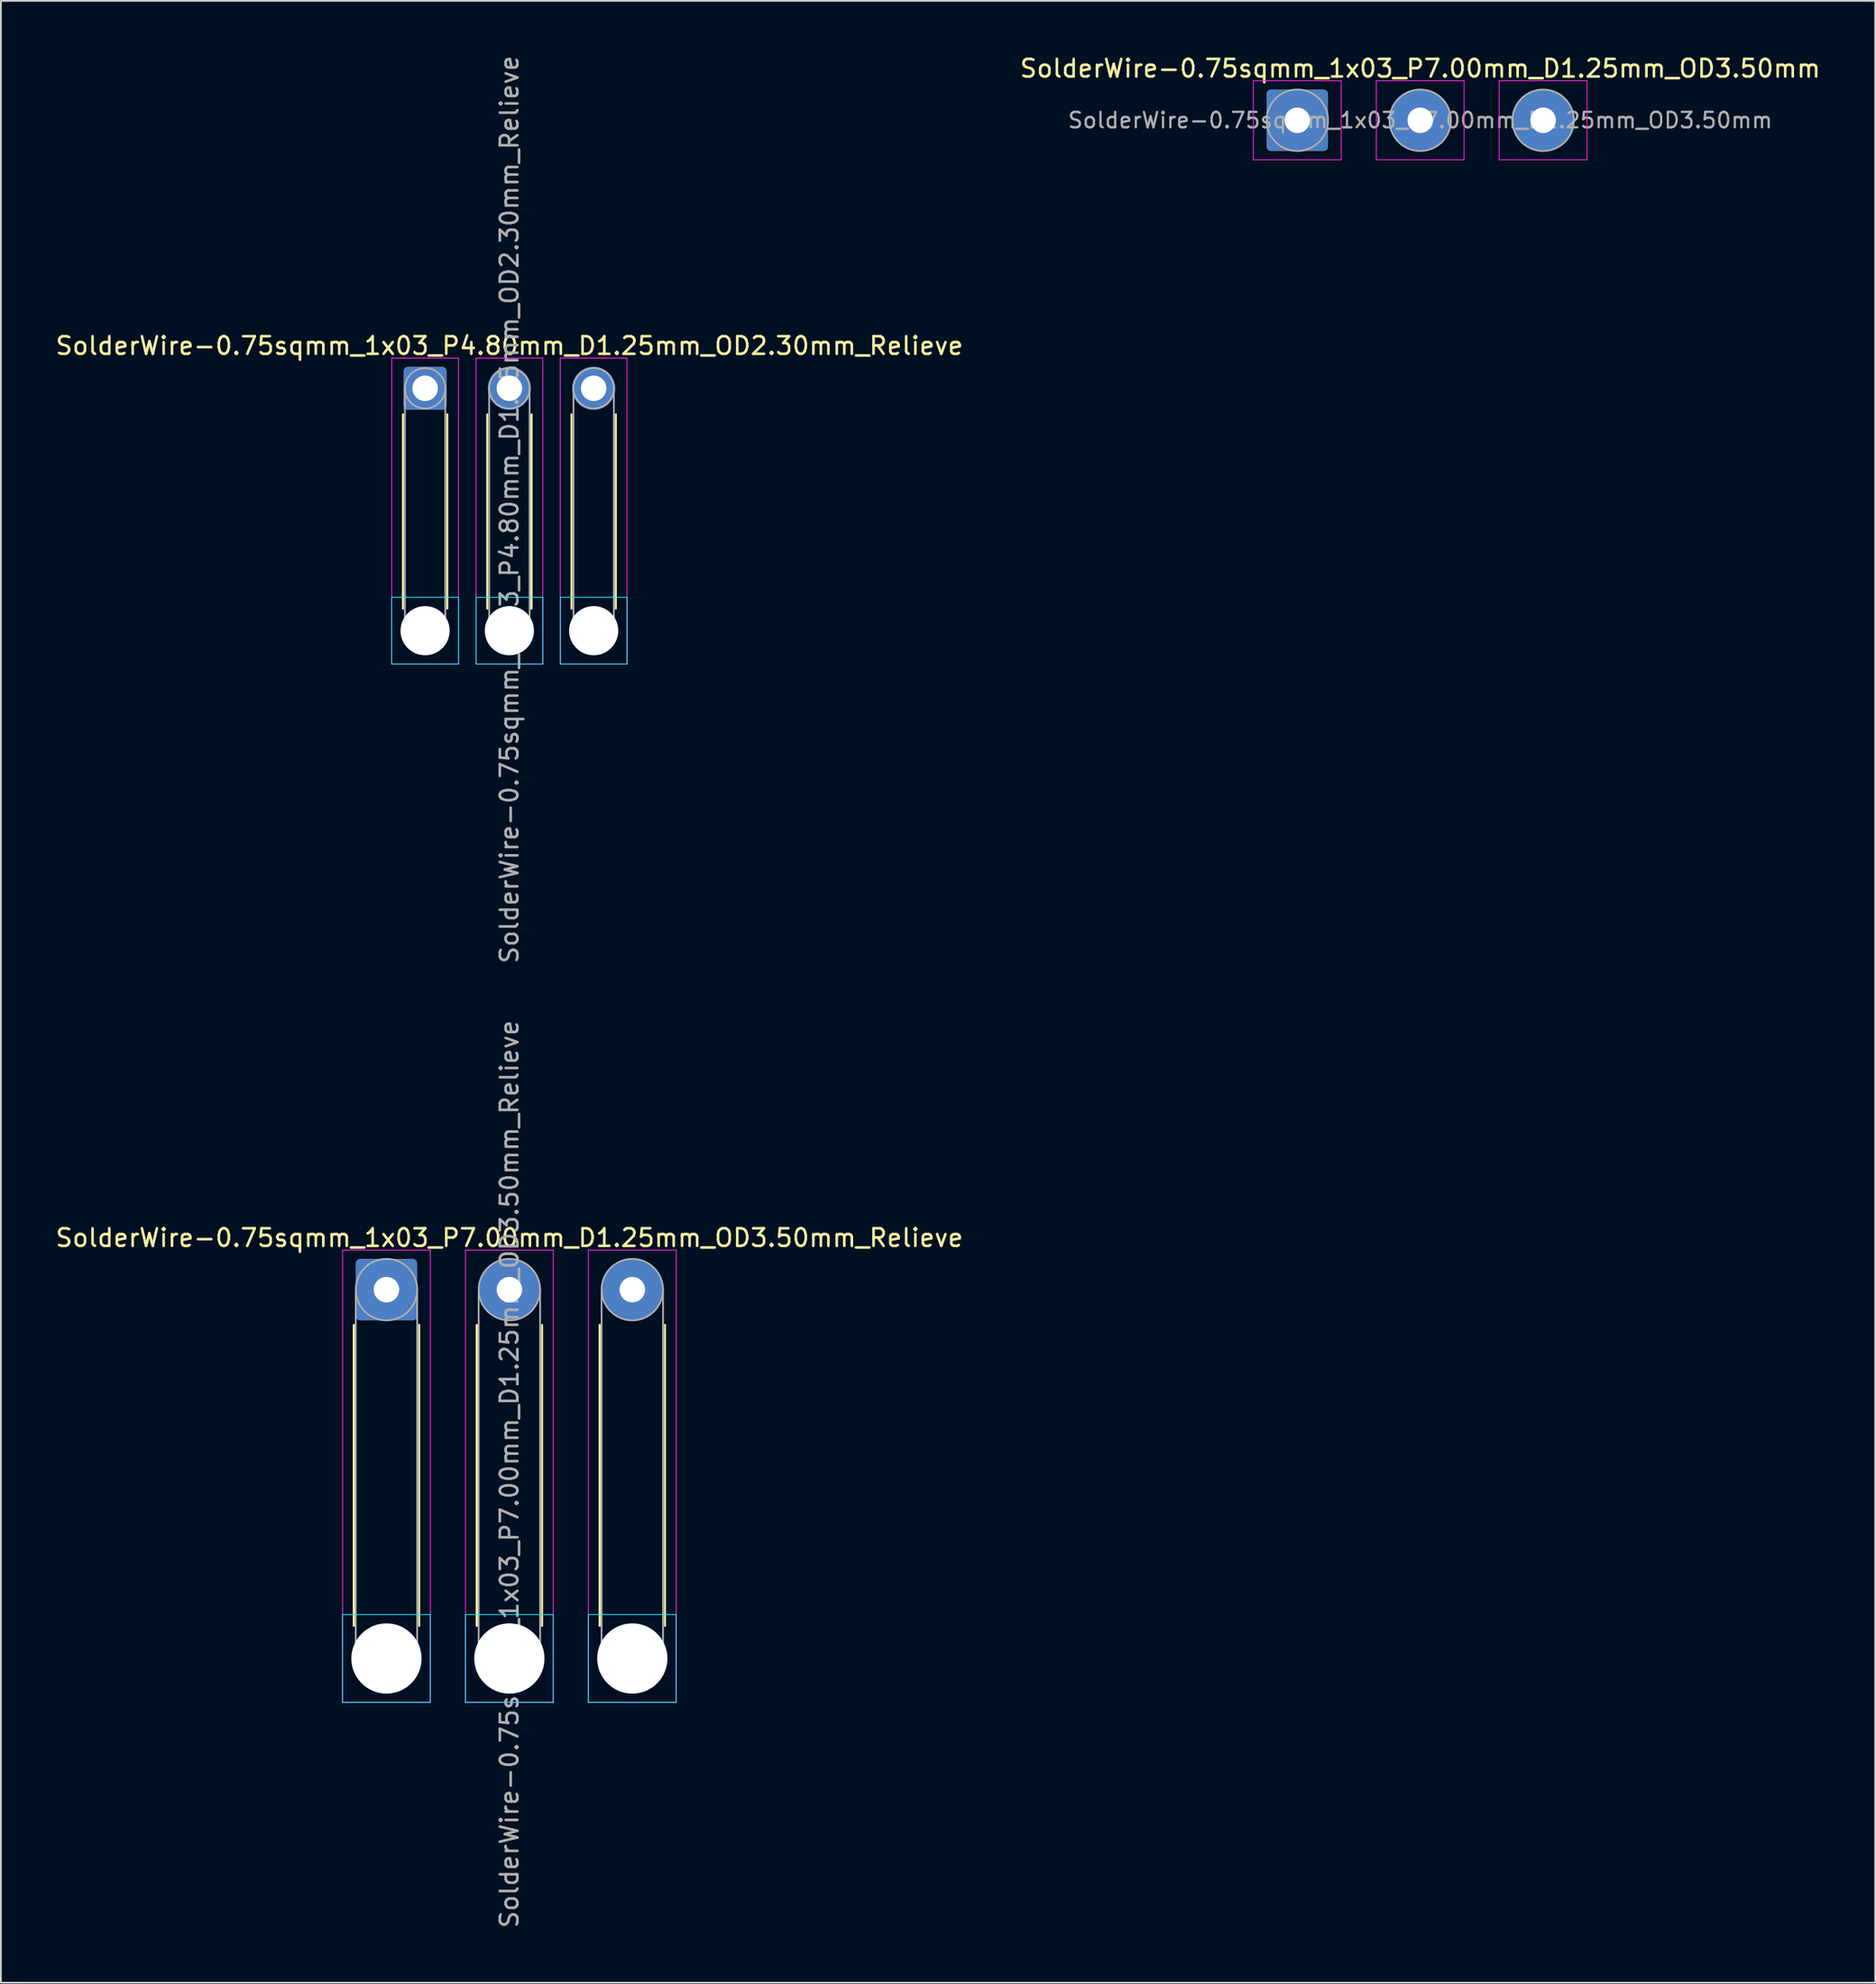
<source format=kicad_pcb>
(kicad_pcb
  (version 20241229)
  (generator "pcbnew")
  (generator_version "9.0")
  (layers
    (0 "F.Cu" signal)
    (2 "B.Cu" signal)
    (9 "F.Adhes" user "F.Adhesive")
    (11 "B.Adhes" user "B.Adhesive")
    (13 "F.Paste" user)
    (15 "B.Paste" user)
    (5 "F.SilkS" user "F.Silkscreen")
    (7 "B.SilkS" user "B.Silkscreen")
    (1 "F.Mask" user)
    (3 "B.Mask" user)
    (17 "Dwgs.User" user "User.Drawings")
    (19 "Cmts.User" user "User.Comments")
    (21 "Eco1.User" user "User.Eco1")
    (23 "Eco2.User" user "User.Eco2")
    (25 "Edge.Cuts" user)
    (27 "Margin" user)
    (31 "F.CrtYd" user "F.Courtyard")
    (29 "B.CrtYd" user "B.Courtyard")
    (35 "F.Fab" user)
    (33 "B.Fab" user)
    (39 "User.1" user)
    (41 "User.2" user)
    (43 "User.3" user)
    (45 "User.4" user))
  (footprint "SolderWire-0.75sqmm_1x03_P7.00mm_D1.25mm_OD3.50mm_Relieve"
    (layer "F.Cu")
    (at 18.958 70.375)
    (property "Reference" "SolderWire-0.75sqmm_1x03_P7.00mm_D1.25mm_OD3.50mm_Relieve" (at 7 -2.95 0) (layer "F.SilkS") (effects (font (size 1 1) (thickness 0.15))))
    (attr exclude_from_pos_files exclude_from_bom)
    (fp_line (start -1.86 2.01) (end -1.86 19.14) (stroke (width 0.12) (type solid)) (layer "F.SilkS"))
    (fp_line (start 1.86 2.01) (end 1.86 19.14) (stroke (width 0.12) (type solid)) (layer "F.SilkS"))
    (fp_line (start 5.14 2.01) (end 5.14 19.14) (stroke (width 0.12) (type solid)) (layer "F.SilkS"))
    (fp_line (start 8.86 2.01) (end 8.86 19.14) (stroke (width 0.12) (type solid)) (layer "F.SilkS"))
    (fp_line (start 12.14 2.01) (end 12.14 19.14) (stroke (width 0.12) (type solid)) (layer "F.SilkS"))
    (fp_line (start 15.86 2.01) (end 15.86 19.14) (stroke (width 0.12) (type solid)) (layer "F.SilkS"))
    (fp_line (start -2.5 18.5) (end -2.5 23.5) (stroke (width 0.05) (type solid)) (layer "B.CrtYd"))
    (fp_line (start -2.5 23.5) (end 2.5 23.5) (stroke (width 0.05) (type solid)) (layer "B.CrtYd"))
    (fp_line (start 2.5 18.5) (end -2.5 18.5) (stroke (width 0.05) (type solid)) (layer "B.CrtYd"))
    (fp_line (start 2.5 23.5) (end 2.5 18.5) (stroke (width 0.05) (type solid)) (layer "B.CrtYd"))
    (fp_line (start 4.5 18.5) (end 4.5 23.5) (stroke (width 0.05) (type solid)) (layer "B.CrtYd"))
    (fp_line (start 4.5 23.5) (end 9.5 23.5) (stroke (width 0.05) (type solid)) (layer "B.CrtYd"))
    (fp_line (start 9.5 18.5) (end 4.5 18.5) (stroke (width 0.05) (type solid)) (layer "B.CrtYd"))
    (fp_line (start 9.5 23.5) (end 9.5 18.5) (stroke (width 0.05) (type solid)) (layer "B.CrtYd"))
    (fp_line (start 11.5 18.5) (end 11.5 23.5) (stroke (width 0.05) (type solid)) (layer "B.CrtYd"))
    (fp_line (start 11.5 23.5) (end 16.5 23.5) (stroke (width 0.05) (type solid)) (layer "B.CrtYd"))
    (fp_line (start 16.5 18.5) (end 11.5 18.5) (stroke (width 0.05) (type solid)) (layer "B.CrtYd"))
    (fp_line (start 16.5 23.5) (end 16.5 18.5) (stroke (width 0.05) (type solid)) (layer "B.CrtYd"))
    (fp_line (start -2.5 -2.25) (end -2.5 23.5) (stroke (width 0.05) (type solid)) (layer "F.CrtYd"))
    (fp_line (start -2.5 23.5) (end 2.5 23.5) (stroke (width 0.05) (type solid)) (layer "F.CrtYd"))
    (fp_line (start 2.5 -2.25) (end -2.5 -2.25) (stroke (width 0.05) (type solid)) (layer "F.CrtYd"))
    (fp_line (start 2.5 23.5) (end 2.5 -2.25) (stroke (width 0.05) (type solid)) (layer "F.CrtYd"))
    (fp_line (start 4.5 -2.25) (end 4.5 23.5) (stroke (width 0.05) (type solid)) (layer "F.CrtYd"))
    (fp_line (start 4.5 23.5) (end 9.5 23.5) (stroke (width 0.05) (type solid)) (layer "F.CrtYd"))
    (fp_line (start 9.5 -2.25) (end 4.5 -2.25) (stroke (width 0.05) (type solid)) (layer "F.CrtYd"))
    (fp_line (start 9.5 23.5) (end 9.5 -2.25) (stroke (width 0.05) (type solid)) (layer "F.CrtYd"))
    (fp_line (start 11.5 -2.25) (end 11.5 23.5) (stroke (width 0.05) (type solid)) (layer "F.CrtYd"))
    (fp_line (start 11.5 23.5) (end 16.5 23.5) (stroke (width 0.05) (type solid)) (layer "F.CrtYd"))
    (fp_line (start 16.5 -2.25) (end 11.5 -2.25) (stroke (width 0.05) (type solid)) (layer "F.CrtYd"))
    (fp_line (start 16.5 23.5) (end 16.5 -2.25) (stroke (width 0.05) (type solid)) (layer "F.CrtYd"))
    (fp_line (start -1.75 0) (end -1.75 21) (stroke (width 0.1) (type solid)) (layer "F.Fab"))
    (fp_line (start 1.75 0) (end 1.75 21) (stroke (width 0.1) (type solid)) (layer "F.Fab"))
    (fp_line (start 5.25 0) (end 5.25 21) (stroke (width 0.1) (type solid)) (layer "F.Fab"))
    (fp_line (start 8.75 0) (end 8.75 21) (stroke (width 0.1) (type solid)) (layer "F.Fab"))
    (fp_line (start 12.25 0) (end 12.25 21) (stroke (width 0.1) (type solid)) (layer "F.Fab"))
    (fp_line (start 15.75 0) (end 15.75 21) (stroke (width 0.1) (type solid)) (layer "F.Fab"))
    (fp_circle (center 0 0) (end 1.75 0) (stroke (width 0.1) (type solid)) (fill no) (layer "F.Fab"))
    (fp_circle (center 0 21) (end 1.75 21) (stroke (width 0.1) (type solid)) (fill no) (layer "F.Fab"))
    (fp_circle (center 7 0) (end 8.75 0) (stroke (width 0.1) (type solid)) (fill no) (layer "F.Fab"))
    (fp_circle (center 7 21) (end 8.75 21) (stroke (width 0.1) (type solid)) (fill no) (layer "F.Fab"))
    (fp_circle (center 14 0) (end 15.75 0) (stroke (width 0.1) (type solid)) (fill no) (layer "F.Fab"))
    (fp_circle (center 14 21) (end 15.75 21) (stroke (width 0.1) (type solid)) (fill no) (layer "F.Fab"))
    (fp_text user "${REFERENCE}" (at 7 10.5 90) (layer "F.Fab") (effects (font (size 1 1) (thickness 0.15))))
    (pad "" np_thru_hole circle (at 0 21) (size 4 4) (drill 4) (layers "*.Cu" "*.Mask"))
    (pad "" np_thru_hole circle (at 7 21) (size 4 4) (drill 4) (layers "*.Cu" "*.Mask"))
    (pad "" np_thru_hole circle (at 14 21) (size 4 4) (drill 4) (layers "*.Cu" "*.Mask"))
    (pad "1" thru_hole roundrect (at 0 0) (size 3.5 3.5) (drill 1.45) (layers "*.Cu" "*.Mask") (roundrect_rratio 0.071))
    (pad "2" thru_hole circle (at 7 0) (size 3.5 3.5) (drill 1.45) (layers "*.Cu" "*.Mask"))
    (pad "3" thru_hole circle (at 14 0) (size 3.5 3.5) (drill 1.45) (layers "*.Cu" "*.Mask")))
  (footprint "SolderWire-0.75sqmm_1x03_P7.00mm_D1.25mm_OD3.50mm"
    (layer "F.Cu")
    (at 70.827 3.798)
    (property "Reference" "SolderWire-0.75sqmm_1x03_P7.00mm_D1.25mm_OD3.50mm" (at 7 -2.95 0) (layer "F.SilkS") (effects (font (size 1 1) (thickness 0.15))))
    (attr exclude_from_pos_files exclude_from_bom)
    (fp_line (start -2.5 -2.25) (end -2.5 2.25) (stroke (width 0.05) (type solid)) (layer "F.CrtYd"))
    (fp_line (start -2.5 2.25) (end 2.5 2.25) (stroke (width 0.05) (type solid)) (layer "F.CrtYd"))
    (fp_line (start 2.5 -2.25) (end -2.5 -2.25) (stroke (width 0.05) (type solid)) (layer "F.CrtYd"))
    (fp_line (start 2.5 2.25) (end 2.5 -2.25) (stroke (width 0.05) (type solid)) (layer "F.CrtYd"))
    (fp_line (start 4.5 -2.25) (end 4.5 2.25) (stroke (width 0.05) (type solid)) (layer "F.CrtYd"))
    (fp_line (start 4.5 2.25) (end 9.5 2.25) (stroke (width 0.05) (type solid)) (layer "F.CrtYd"))
    (fp_line (start 9.5 -2.25) (end 4.5 -2.25) (stroke (width 0.05) (type solid)) (layer "F.CrtYd"))
    (fp_line (start 9.5 2.25) (end 9.5 -2.25) (stroke (width 0.05) (type solid)) (layer "F.CrtYd"))
    (fp_line (start 11.5 -2.25) (end 11.5 2.25) (stroke (width 0.05) (type solid)) (layer "F.CrtYd"))
    (fp_line (start 11.5 2.25) (end 16.5 2.25) (stroke (width 0.05) (type solid)) (layer "F.CrtYd"))
    (fp_line (start 16.5 -2.25) (end 11.5 -2.25) (stroke (width 0.05) (type solid)) (layer "F.CrtYd"))
    (fp_line (start 16.5 2.25) (end 16.5 -2.25) (stroke (width 0.05) (type solid)) (layer "F.CrtYd"))
    (fp_circle (center 0 0) (end 1.75 0) (stroke (width 0.1) (type solid)) (fill no) (layer "F.Fab"))
    (fp_circle (center 7 0) (end 8.75 0) (stroke (width 0.1) (type solid)) (fill no) (layer "F.Fab"))
    (fp_circle (center 14 0) (end 15.75 0) (stroke (width 0.1) (type solid)) (fill no) (layer "F.Fab"))
    (fp_text user "${REFERENCE}" (at 7 0 0) (layer "F.Fab") (effects (font (size 0.88 0.88) (thickness 0.13))))
    (pad "1" thru_hole roundrect (at 0 0) (size 3.5 3.5) (drill 1.45) (layers "*.Cu" "*.Mask") (roundrect_rratio 0.071))
    (pad "2" thru_hole circle (at 7 0) (size 3.5 3.5) (drill 1.45) (layers "*.Cu" "*.Mask"))
    (pad "3" thru_hole circle (at 14 0) (size 3.5 3.5) (drill 1.45) (layers "*.Cu" "*.Mask")))
  (footprint "SolderWire-0.75sqmm_1x03_P4.80mm_D1.25mm_OD2.30mm_Relieve"
    (layer "F.Cu")
    (at 21.158 19.058)
    (property "Reference" "SolderWire-0.75sqmm_1x03_P4.80mm_D1.25mm_OD2.30mm_Relieve" (at 4.8 -2.42 0) (layer "F.SilkS") (effects (font (size 1 1) (thickness 0.15))))
    (attr exclude_from_pos_files exclude_from_bom)
    (fp_line (start -1.26 1.485) (end -1.26 12.54) (stroke (width 0.12) (type solid)) (layer "F.SilkS"))
    (fp_line (start 1.26 1.485) (end 1.26 12.54) (stroke (width 0.12) (type solid)) (layer "F.SilkS"))
    (fp_line (start 3.54 1.485) (end 3.54 12.54) (stroke (width 0.12) (type solid)) (layer "F.SilkS"))
    (fp_line (start 6.06 1.485) (end 6.06 12.54) (stroke (width 0.12) (type solid)) (layer "F.SilkS"))
    (fp_line (start 8.34 1.485) (end 8.34 12.54) (stroke (width 0.12) (type solid)) (layer "F.SilkS"))
    (fp_line (start 10.86 1.485) (end 10.86 12.54) (stroke (width 0.12) (type solid)) (layer "F.SilkS"))
    (fp_line (start -1.9 11.9) (end -1.9 15.7) (stroke (width 0.05) (type solid)) (layer "B.CrtYd"))
    (fp_line (start -1.9 15.7) (end 1.9 15.7) (stroke (width 0.05) (type solid)) (layer "B.CrtYd"))
    (fp_line (start 1.9 11.9) (end -1.9 11.9) (stroke (width 0.05) (type solid)) (layer "B.CrtYd"))
    (fp_line (start 1.9 15.7) (end 1.9 11.9) (stroke (width 0.05) (type solid)) (layer "B.CrtYd"))
    (fp_line (start 2.9 11.9) (end 2.9 15.7) (stroke (width 0.05) (type solid)) (layer "B.CrtYd"))
    (fp_line (start 2.9 15.7) (end 6.7 15.7) (stroke (width 0.05) (type solid)) (layer "B.CrtYd"))
    (fp_line (start 6.7 11.9) (end 2.9 11.9) (stroke (width 0.05) (type solid)) (layer "B.CrtYd"))
    (fp_line (start 6.7 15.7) (end 6.7 11.9) (stroke (width 0.05) (type solid)) (layer "B.CrtYd"))
    (fp_line (start 7.7 11.9) (end 7.7 15.7) (stroke (width 0.05) (type solid)) (layer "B.CrtYd"))
    (fp_line (start 7.7 15.7) (end 11.5 15.7) (stroke (width 0.05) (type solid)) (layer "B.CrtYd"))
    (fp_line (start 11.5 11.9) (end 7.7 11.9) (stroke (width 0.05) (type solid)) (layer "B.CrtYd"))
    (fp_line (start 11.5 15.7) (end 11.5 11.9) (stroke (width 0.05) (type solid)) (layer "B.CrtYd"))
    (fp_line (start -1.9 -1.72) (end -1.9 15.7) (stroke (width 0.05) (type solid)) (layer "F.CrtYd"))
    (fp_line (start -1.9 15.7) (end 1.9 15.7) (stroke (width 0.05) (type solid)) (layer "F.CrtYd"))
    (fp_line (start 1.9 -1.72) (end -1.9 -1.72) (stroke (width 0.05) (type solid)) (layer "F.CrtYd"))
    (fp_line (start 1.9 15.7) (end 1.9 -1.72) (stroke (width 0.05) (type solid)) (layer "F.CrtYd"))
    (fp_line (start 2.9 -1.72) (end 2.9 15.7) (stroke (width 0.05) (type solid)) (layer "F.CrtYd"))
    (fp_line (start 2.9 15.7) (end 6.7 15.7) (stroke (width 0.05) (type solid)) (layer "F.CrtYd"))
    (fp_line (start 6.7 -1.72) (end 2.9 -1.72) (stroke (width 0.05) (type solid)) (layer "F.CrtYd"))
    (fp_line (start 6.7 15.7) (end 6.7 -1.72) (stroke (width 0.05) (type solid)) (layer "F.CrtYd"))
    (fp_line (start 7.7 -1.72) (end 7.7 15.7) (stroke (width 0.05) (type solid)) (layer "F.CrtYd"))
    (fp_line (start 7.7 15.7) (end 11.5 15.7) (stroke (width 0.05) (type solid)) (layer "F.CrtYd"))
    (fp_line (start 11.5 -1.72) (end 7.7 -1.72) (stroke (width 0.05) (type solid)) (layer "F.CrtYd"))
    (fp_line (start 11.5 15.7) (end 11.5 -1.72) (stroke (width 0.05) (type solid)) (layer "F.CrtYd"))
    (fp_line (start -1.15 0) (end -1.15 13.8) (stroke (width 0.1) (type solid)) (layer "F.Fab"))
    (fp_line (start 1.15 0) (end 1.15 13.8) (stroke (width 0.1) (type solid)) (layer "F.Fab"))
    (fp_line (start 3.65 0) (end 3.65 13.8) (stroke (width 0.1) (type solid)) (layer "F.Fab"))
    (fp_line (start 5.95 0) (end 5.95 13.8) (stroke (width 0.1) (type solid)) (layer "F.Fab"))
    (fp_line (start 8.45 0) (end 8.45 13.8) (stroke (width 0.1) (type solid)) (layer "F.Fab"))
    (fp_line (start 10.75 0) (end 10.75 13.8) (stroke (width 0.1) (type solid)) (layer "F.Fab"))
    (fp_circle (center 0 0) (end 1.15 0) (stroke (width 0.1) (type solid)) (fill no) (layer "F.Fab"))
    (fp_circle (center 0 13.8) (end 1.15 13.8) (stroke (width 0.1) (type solid)) (fill no) (layer "F.Fab"))
    (fp_circle (center 4.8 0) (end 5.95 0) (stroke (width 0.1) (type solid)) (fill no) (layer "F.Fab"))
    (fp_circle (center 4.8 13.8) (end 5.95 13.8) (stroke (width 0.1) (type solid)) (fill no) (layer "F.Fab"))
    (fp_circle (center 9.6 0) (end 10.75 0) (stroke (width 0.1) (type solid)) (fill no) (layer "F.Fab"))
    (fp_circle (center 9.6 13.8) (end 10.75 13.8) (stroke (width 0.1) (type solid)) (fill no) (layer "F.Fab"))
    (fp_text user "${REFERENCE}" (at 4.8 6.9 90) (layer "F.Fab") (effects (font (size 1 1) (thickness 0.15))))
    (pad "" np_thru_hole circle (at 0 13.8) (size 2.8 2.8) (drill 2.8) (layers "*.Cu" "*.Mask"))
    (pad "" np_thru_hole circle (at 4.8 13.8) (size 2.8 2.8) (drill 2.8) (layers "*.Cu" "*.Mask"))
    (pad "" np_thru_hole circle (at 9.6 13.8) (size 2.8 2.8) (drill 2.8) (layers "*.Cu" "*.Mask"))
    (pad "1" thru_hole roundrect (at 0 0) (size 2.45 2.45) (drill 1.45) (layers "*.Cu" "*.Mask") (roundrect_rratio 0.102))
    (pad "2" thru_hole circle (at 4.8 0) (size 2.45 2.45) (drill 1.45) (layers "*.Cu" "*.Mask"))
    (pad "3" thru_hole circle (at 9.6 0) (size 2.45 2.45) (drill 1.45) (layers "*.Cu" "*.Mask")))
  (gr_rect
    (start -3 -3)
    (end 103.738 109.833)
    (stroke (width 0.1) (type default))
    (fill no)
    (layer "Edge.Cuts")))
</source>
